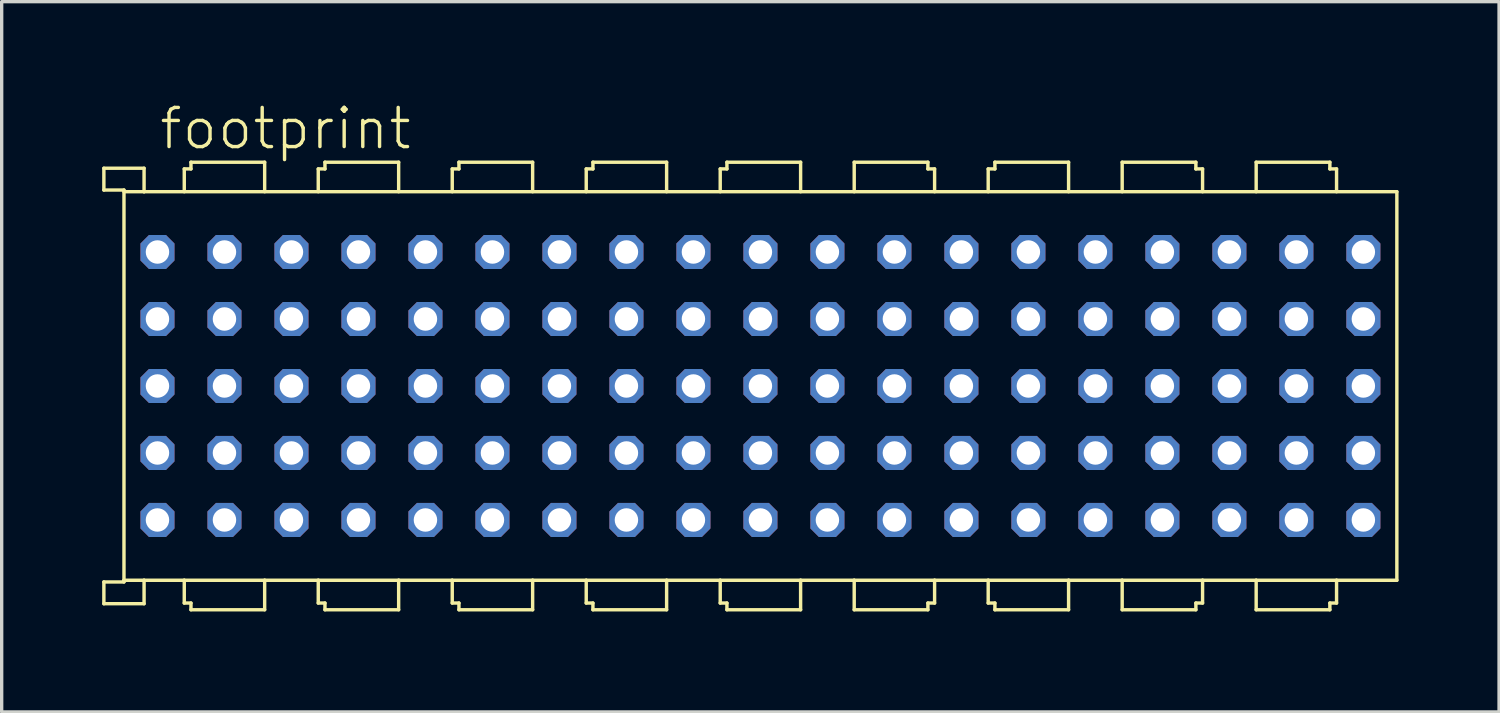
<source format=kicad_pcb>
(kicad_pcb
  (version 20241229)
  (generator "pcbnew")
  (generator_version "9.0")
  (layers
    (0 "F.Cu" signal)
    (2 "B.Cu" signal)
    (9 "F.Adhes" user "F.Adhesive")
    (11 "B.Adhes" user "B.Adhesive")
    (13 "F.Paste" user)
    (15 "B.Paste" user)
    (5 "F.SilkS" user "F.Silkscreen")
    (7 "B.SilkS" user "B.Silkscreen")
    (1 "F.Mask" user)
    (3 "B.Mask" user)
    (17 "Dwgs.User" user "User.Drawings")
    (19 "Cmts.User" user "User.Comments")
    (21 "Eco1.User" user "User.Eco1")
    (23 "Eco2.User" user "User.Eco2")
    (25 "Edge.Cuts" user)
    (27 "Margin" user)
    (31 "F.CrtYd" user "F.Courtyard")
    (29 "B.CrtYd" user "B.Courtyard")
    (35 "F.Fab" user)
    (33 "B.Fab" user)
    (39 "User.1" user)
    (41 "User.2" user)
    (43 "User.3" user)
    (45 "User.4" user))
  (footprint "footprint"
    (layer "F.Cu")
    (at 19.651 8.473)
    (property "Reference" "footprint" (at -18 -7 0) (layer "F.SilkS") (effects (font (size 1.168 1.168) (thickness 0.102)) (justify left bottom)))
    (fp_line (start -19.6 -6.5) (end -19.6 -5.85) (stroke (width 0.102) (type solid)) (layer "F.SilkS"))
    (fp_line (start -19.6 -5.85) (end -19 -5.85) (stroke (width 0.102) (type solid)) (layer "F.SilkS"))
    (fp_line (start -19.6 5.85) (end -19 5.85) (stroke (width 0.102) (type solid)) (layer "F.SilkS"))
    (fp_line (start -19.6 6.5) (end -19.6 5.85) (stroke (width 0.102) (type solid)) (layer "F.SilkS"))
    (fp_line (start -19 -5.85) (end -19 5.8) (stroke (width 0.102) (type solid)) (layer "F.SilkS"))
    (fp_line (start -19 -5.8) (end -18.4 -5.8) (stroke (width 0.102) (type solid)) (layer "F.SilkS"))
    (fp_line (start -19 5.8) (end -18.4 5.8) (stroke (width 0.102) (type solid)) (layer "F.SilkS"))
    (fp_line (start -19 5.85) (end -19 5.8) (stroke (width 0.102) (type solid)) (layer "F.SilkS"))
    (fp_line (start -18.4 -6.5) (end -19.6 -6.5) (stroke (width 0.102) (type solid)) (layer "F.SilkS"))
    (fp_line (start -18.4 -5.8) (end -18.4 -6.5) (stroke (width 0.102) (type solid)) (layer "F.SilkS"))
    (fp_line (start -18.4 -5.8) (end 19 -5.8) (stroke (width 0.102) (type solid)) (layer "F.SilkS"))
    (fp_line (start -18.4 5.8) (end -18.4 6.5) (stroke (width 0.102) (type solid)) (layer "F.SilkS"))
    (fp_line (start -18.4 5.8) (end -17.2 5.8) (stroke (width 0.102) (type solid)) (layer "F.SilkS"))
    (fp_line (start -18.4 6.5) (end -19.6 6.5) (stroke (width 0.102) (type solid)) (layer "F.SilkS"))
    (fp_line (start -17.2 -6.48) (end -17 -6.48) (stroke (width 0.102) (type solid)) (layer "F.SilkS"))
    (fp_line (start -17.2 -5.8) (end -17.2 -6.48) (stroke (width 0.102) (type solid)) (layer "F.SilkS"))
    (fp_line (start -17.2 5.8) (end -17.2 6.48) (stroke (width 0.102) (type solid)) (layer "F.SilkS"))
    (fp_line (start -17.2 6.48) (end -17 6.48) (stroke (width 0.102) (type solid)) (layer "F.SilkS"))
    (fp_line (start -17 -6.68) (end -14.8 -6.68) (stroke (width 0.102) (type solid)) (layer "F.SilkS"))
    (fp_line (start -17 -6.48) (end -17 -6.68) (stroke (width 0.102) (type solid)) (layer "F.SilkS"))
    (fp_line (start -17 6.48) (end -17 6.68) (stroke (width 0.102) (type solid)) (layer "F.SilkS"))
    (fp_line (start -17 6.68) (end -14.8 6.68) (stroke (width 0.102) (type solid)) (layer "F.SilkS"))
    (fp_line (start -14.8 -6.68) (end -14.8 -5.8) (stroke (width 0.102) (type solid)) (layer "F.SilkS"))
    (fp_line (start -14.8 5.8) (end -17.2 5.8) (stroke (width 0.102) (type solid)) (layer "F.SilkS"))
    (fp_line (start -14.8 5.8) (end -13.2 5.8) (stroke (width 0.102) (type solid)) (layer "F.SilkS"))
    (fp_line (start -14.8 6.68) (end -14.8 5.8) (stroke (width 0.102) (type solid)) (layer "F.SilkS"))
    (fp_line (start -13.2 -6.48) (end -13 -6.48) (stroke (width 0.102) (type solid)) (layer "F.SilkS"))
    (fp_line (start -13.2 -5.8) (end -13.2 -6.48) (stroke (width 0.102) (type solid)) (layer "F.SilkS"))
    (fp_line (start -13.2 5.8) (end -13.2 6.48) (stroke (width 0.102) (type solid)) (layer "F.SilkS"))
    (fp_line (start -13.2 6.48) (end -13 6.48) (stroke (width 0.102) (type solid)) (layer "F.SilkS"))
    (fp_line (start -13 -6.68) (end -10.8 -6.68) (stroke (width 0.102) (type solid)) (layer "F.SilkS"))
    (fp_line (start -13 -6.48) (end -13 -6.68) (stroke (width 0.102) (type solid)) (layer "F.SilkS"))
    (fp_line (start -13 6.48) (end -13 6.68) (stroke (width 0.102) (type solid)) (layer "F.SilkS"))
    (fp_line (start -13 6.68) (end -10.8 6.68) (stroke (width 0.102) (type solid)) (layer "F.SilkS"))
    (fp_line (start -10.8 -6.68) (end -10.8 -5.8) (stroke (width 0.102) (type solid)) (layer "F.SilkS"))
    (fp_line (start -10.8 5.8) (end -13.2 5.8) (stroke (width 0.102) (type solid)) (layer "F.SilkS"))
    (fp_line (start -10.8 5.8) (end -9.2 5.8) (stroke (width 0.102) (type solid)) (layer "F.SilkS"))
    (fp_line (start -10.8 6.68) (end -10.8 5.8) (stroke (width 0.102) (type solid)) (layer "F.SilkS"))
    (fp_line (start -9.2 -6.48) (end -9 -6.48) (stroke (width 0.102) (type solid)) (layer "F.SilkS"))
    (fp_line (start -9.2 -5.8) (end -9.2 -6.48) (stroke (width 0.102) (type solid)) (layer "F.SilkS"))
    (fp_line (start -9.2 5.8) (end -9.2 6.48) (stroke (width 0.102) (type solid)) (layer "F.SilkS"))
    (fp_line (start -9.2 6.48) (end -9 6.48) (stroke (width 0.102) (type solid)) (layer "F.SilkS"))
    (fp_line (start -9 -6.68) (end -6.8 -6.68) (stroke (width 0.102) (type solid)) (layer "F.SilkS"))
    (fp_line (start -9 -6.48) (end -9 -6.68) (stroke (width 0.102) (type solid)) (layer "F.SilkS"))
    (fp_line (start -9 6.48) (end -9 6.68) (stroke (width 0.102) (type solid)) (layer "F.SilkS"))
    (fp_line (start -9 6.68) (end -6.8 6.68) (stroke (width 0.102) (type solid)) (layer "F.SilkS"))
    (fp_line (start -6.8 -6.68) (end -6.8 -5.8) (stroke (width 0.102) (type solid)) (layer "F.SilkS"))
    (fp_line (start -6.8 5.8) (end -9.2 5.8) (stroke (width 0.102) (type solid)) (layer "F.SilkS"))
    (fp_line (start -6.8 5.8) (end -5.2 5.8) (stroke (width 0.102) (type solid)) (layer "F.SilkS"))
    (fp_line (start -6.8 6.68) (end -6.8 5.8) (stroke (width 0.102) (type solid)) (layer "F.SilkS"))
    (fp_line (start -5.2 -6.48) (end -5 -6.48) (stroke (width 0.102) (type solid)) (layer "F.SilkS"))
    (fp_line (start -5.2 -5.8) (end -5.2 -6.48) (stroke (width 0.102) (type solid)) (layer "F.SilkS"))
    (fp_line (start -5.2 5.8) (end -5.2 6.48) (stroke (width 0.102) (type solid)) (layer "F.SilkS"))
    (fp_line (start -5.2 6.48) (end -5 6.48) (stroke (width 0.102) (type solid)) (layer "F.SilkS"))
    (fp_line (start -5 -6.68) (end -2.8 -6.68) (stroke (width 0.102) (type solid)) (layer "F.SilkS"))
    (fp_line (start -5 -6.48) (end -5 -6.68) (stroke (width 0.102) (type solid)) (layer "F.SilkS"))
    (fp_line (start -5 6.48) (end -5 6.68) (stroke (width 0.102) (type solid)) (layer "F.SilkS"))
    (fp_line (start -5 6.68) (end -2.8 6.68) (stroke (width 0.102) (type solid)) (layer "F.SilkS"))
    (fp_line (start -2.8 -6.68) (end -2.8 -5.8) (stroke (width 0.102) (type solid)) (layer "F.SilkS"))
    (fp_line (start -2.8 5.8) (end -5.2 5.8) (stroke (width 0.102) (type solid)) (layer "F.SilkS"))
    (fp_line (start -2.8 5.8) (end -1.2 5.8) (stroke (width 0.102) (type solid)) (layer "F.SilkS"))
    (fp_line (start -2.8 6.68) (end -2.8 5.8) (stroke (width 0.102) (type solid)) (layer "F.SilkS"))
    (fp_line (start -1.2 -6.48) (end -1 -6.48) (stroke (width 0.102) (type solid)) (layer "F.SilkS"))
    (fp_line (start -1.2 -5.8) (end -1.2 -6.48) (stroke (width 0.102) (type solid)) (layer "F.SilkS"))
    (fp_line (start -1.2 5.8) (end -1.2 6.48) (stroke (width 0.102) (type solid)) (layer "F.SilkS"))
    (fp_line (start -1.2 6.48) (end -1 6.48) (stroke (width 0.102) (type solid)) (layer "F.SilkS"))
    (fp_line (start -1 -6.68) (end 1.2 -6.68) (stroke (width 0.102) (type solid)) (layer "F.SilkS"))
    (fp_line (start -1 -6.48) (end -1 -6.68) (stroke (width 0.102) (type solid)) (layer "F.SilkS"))
    (fp_line (start -1 6.48) (end -1 6.68) (stroke (width 0.102) (type solid)) (layer "F.SilkS"))
    (fp_line (start -1 6.68) (end 1.2 6.68) (stroke (width 0.102) (type solid)) (layer "F.SilkS"))
    (fp_line (start 1.2 -5.8) (end 1.2 -6.68) (stroke (width 0.102) (type solid)) (layer "F.SilkS"))
    (fp_line (start 1.2 5.8) (end -1.2 5.8) (stroke (width 0.102) (type solid)) (layer "F.SilkS"))
    (fp_line (start 1.2 5.8) (end 1.2 6.68) (stroke (width 0.102) (type solid)) (layer "F.SilkS"))
    (fp_line (start 1.2 5.8) (end 2.8 5.8) (stroke (width 0.102) (type solid)) (layer "F.SilkS"))
    (fp_line (start 2.8 -6.68) (end 2.8 -5.8) (stroke (width 0.102) (type solid)) (layer "F.SilkS"))
    (fp_line (start 2.8 5.8) (end 5.2 5.8) (stroke (width 0.102) (type solid)) (layer "F.SilkS"))
    (fp_line (start 2.8 6.68) (end 2.8 5.8) (stroke (width 0.102) (type solid)) (layer "F.SilkS"))
    (fp_line (start 5 -6.68) (end 2.8 -6.68) (stroke (width 0.102) (type solid)) (layer "F.SilkS"))
    (fp_line (start 5 -6.48) (end 5 -6.68) (stroke (width 0.102) (type solid)) (layer "F.SilkS"))
    (fp_line (start 5 6.48) (end 5 6.68) (stroke (width 0.102) (type solid)) (layer "F.SilkS"))
    (fp_line (start 5 6.68) (end 2.8 6.68) (stroke (width 0.102) (type solid)) (layer "F.SilkS"))
    (fp_line (start 5.2 -6.48) (end 5 -6.48) (stroke (width 0.102) (type solid)) (layer "F.SilkS"))
    (fp_line (start 5.2 -5.8) (end 5.2 -6.48) (stroke (width 0.102) (type solid)) (layer "F.SilkS"))
    (fp_line (start 5.2 5.8) (end 5.2 6.48) (stroke (width 0.102) (type solid)) (layer "F.SilkS"))
    (fp_line (start 5.2 6.48) (end 5 6.48) (stroke (width 0.102) (type solid)) (layer "F.SilkS"))
    (fp_line (start 6.8 -6.48) (end 7 -6.48) (stroke (width 0.102) (type solid)) (layer "F.SilkS"))
    (fp_line (start 6.8 -5.8) (end 6.8 -6.48) (stroke (width 0.102) (type solid)) (layer "F.SilkS"))
    (fp_line (start 6.8 5.8) (end 5.2 5.8) (stroke (width 0.102) (type solid)) (layer "F.SilkS"))
    (fp_line (start 6.8 5.8) (end 6.8 6.48) (stroke (width 0.102) (type solid)) (layer "F.SilkS"))
    (fp_line (start 6.8 6.48) (end 7 6.48) (stroke (width 0.102) (type solid)) (layer "F.SilkS"))
    (fp_line (start 7 -6.68) (end 9.2 -6.68) (stroke (width 0.102) (type solid)) (layer "F.SilkS"))
    (fp_line (start 7 -6.48) (end 7 -6.68) (stroke (width 0.102) (type solid)) (layer "F.SilkS"))
    (fp_line (start 7 6.48) (end 7 6.68) (stroke (width 0.102) (type solid)) (layer "F.SilkS"))
    (fp_line (start 7 6.68) (end 9.2 6.68) (stroke (width 0.102) (type solid)) (layer "F.SilkS"))
    (fp_line (start 9.2 -6.68) (end 9.2 -5.8) (stroke (width 0.102) (type solid)) (layer "F.SilkS"))
    (fp_line (start 9.2 5.8) (end 6.8 5.8) (stroke (width 0.102) (type solid)) (layer "F.SilkS"))
    (fp_line (start 9.2 6.68) (end 9.2 5.8) (stroke (width 0.102) (type solid)) (layer "F.SilkS"))
    (fp_line (start 10.8 -5.8) (end 10.8 -6.68) (stroke (width 0.102) (type solid)) (layer "F.SilkS"))
    (fp_line (start 10.8 5.8) (end 9.2 5.8) (stroke (width 0.102) (type solid)) (layer "F.SilkS"))
    (fp_line (start 10.8 5.8) (end 10.8 6.68) (stroke (width 0.102) (type solid)) (layer "F.SilkS"))
    (fp_line (start 10.8 5.8) (end 13.2 5.8) (stroke (width 0.102) (type solid)) (layer "F.SilkS"))
    (fp_line (start 13 -6.68) (end 10.8 -6.68) (stroke (width 0.102) (type solid)) (layer "F.SilkS"))
    (fp_line (start 13 -6.48) (end 13 -6.68) (stroke (width 0.102) (type solid)) (layer "F.SilkS"))
    (fp_line (start 13 6.48) (end 13 6.68) (stroke (width 0.102) (type solid)) (layer "F.SilkS"))
    (fp_line (start 13 6.68) (end 10.8 6.68) (stroke (width 0.102) (type solid)) (layer "F.SilkS"))
    (fp_line (start 13.2 -6.48) (end 13 -6.48) (stroke (width 0.102) (type solid)) (layer "F.SilkS"))
    (fp_line (start 13.2 -5.8) (end 13.2 -6.48) (stroke (width 0.102) (type solid)) (layer "F.SilkS"))
    (fp_line (start 13.2 5.8) (end 13.2 6.48) (stroke (width 0.102) (type solid)) (layer "F.SilkS"))
    (fp_line (start 13.2 6.48) (end 13 6.48) (stroke (width 0.102) (type solid)) (layer "F.SilkS"))
    (fp_line (start 14.8 -6.68) (end 14.8 -5.8) (stroke (width 0.102) (type solid)) (layer "F.SilkS"))
    (fp_line (start 14.8 5.8) (end 13.2 5.8) (stroke (width 0.102) (type solid)) (layer "F.SilkS"))
    (fp_line (start 14.8 5.8) (end 17.2 5.8) (stroke (width 0.102) (type solid)) (layer "F.SilkS"))
    (fp_line (start 14.8 6.68) (end 14.8 5.8) (stroke (width 0.102) (type solid)) (layer "F.SilkS"))
    (fp_line (start 17 -6.68) (end 14.8 -6.68) (stroke (width 0.102) (type solid)) (layer "F.SilkS"))
    (fp_line (start 17 -6.48) (end 17 -6.68) (stroke (width 0.102) (type solid)) (layer "F.SilkS"))
    (fp_line (start 17 6.48) (end 17 6.68) (stroke (width 0.102) (type solid)) (layer "F.SilkS"))
    (fp_line (start 17 6.68) (end 14.8 6.68) (stroke (width 0.102) (type solid)) (layer "F.SilkS"))
    (fp_line (start 17.2 -6.48) (end 17 -6.48) (stroke (width 0.102) (type solid)) (layer "F.SilkS"))
    (fp_line (start 17.2 -5.8) (end 17.2 -6.48) (stroke (width 0.102) (type solid)) (layer "F.SilkS"))
    (fp_line (start 17.2 5.8) (end 17.2 6.48) (stroke (width 0.102) (type solid)) (layer "F.SilkS"))
    (fp_line (start 17.2 6.48) (end 17 6.48) (stroke (width 0.102) (type solid)) (layer "F.SilkS"))
    (fp_line (start 19 -5.8) (end 19 5.8) (stroke (width 0.102) (type solid)) (layer "F.SilkS"))
    (fp_line (start 19 5.8) (end 17.2 5.8) (stroke (width 0.102) (type solid)) (layer "F.SilkS"))
    (pad "A1" thru_hole roundrect (at 18 4 180) (size 1.016 1.016) (drill 0.7) (layers "*.Cu" "*.Mask") (roundrect_rratio 0.25) (chamfer_ratio 0.25) (chamfer top_left top_right bottom_left bottom_right))
    (pad "A2" thru_hole roundrect (at 16 4 180) (size 1.016 1.016) (drill 0.7) (layers "*.Cu" "*.Mask") (roundrect_rratio 0.25) (chamfer_ratio 0.25) (chamfer top_left top_right bottom_left bottom_right))
    (pad "A3" thru_hole roundrect (at 14 4 180) (size 1.016 1.016) (drill 0.7) (layers "*.Cu" "*.Mask") (roundrect_rratio 0.25) (chamfer_ratio 0.25) (chamfer top_left top_right bottom_left bottom_right))
    (pad "A4" thru_hole roundrect (at 12 4 180) (size 1.016 1.016) (drill 0.7) (layers "*.Cu" "*.Mask") (roundrect_rratio 0.25) (chamfer_ratio 0.25) (chamfer top_left top_right bottom_left bottom_right))
    (pad "A5" thru_hole roundrect (at 10 4 180) (size 1.016 1.016) (drill 0.7) (layers "*.Cu" "*.Mask") (roundrect_rratio 0.25) (chamfer_ratio 0.25) (chamfer top_left top_right bottom_left bottom_right))
    (pad "A6" thru_hole roundrect (at 8 4 180) (size 1.016 1.016) (drill 0.7) (layers "*.Cu" "*.Mask") (roundrect_rratio 0.25) (chamfer_ratio 0.25) (chamfer top_left top_right bottom_left bottom_right))
    (pad "A7" thru_hole roundrect (at 6 4 180) (size 1.016 1.016) (drill 0.7) (layers "*.Cu" "*.Mask") (roundrect_rratio 0.25) (chamfer_ratio 0.25) (chamfer top_left top_right bottom_left bottom_right))
    (pad "A8" thru_hole roundrect (at 4 4 180) (size 1.016 1.016) (drill 0.7) (layers "*.Cu" "*.Mask") (roundrect_rratio 0.25) (chamfer_ratio 0.25) (chamfer top_left top_right bottom_left bottom_right))
    (pad "A9" thru_hole roundrect (at 2 4 180) (size 1.016 1.016) (drill 0.7) (layers "*.Cu" "*.Mask") (roundrect_rratio 0.25) (chamfer_ratio 0.25) (chamfer top_left top_right bottom_left bottom_right))
    (pad "A10" thru_hole roundrect (at 0 4 180) (size 1.016 1.016) (drill 0.7) (layers "*.Cu" "*.Mask") (roundrect_rratio 0.25) (chamfer_ratio 0.25) (chamfer top_left top_right bottom_left bottom_right))
    (pad "A11" thru_hole roundrect (at -2 4 180) (size 1.016 1.016) (drill 0.7) (layers "*.Cu" "*.Mask") (roundrect_rratio 0.25) (chamfer_ratio 0.25) (chamfer top_left top_right bottom_left bottom_right))
    (pad "A12" thru_hole roundrect (at -4 4 180) (size 1.016 1.016) (drill 0.7) (layers "*.Cu" "*.Mask") (roundrect_rratio 0.25) (chamfer_ratio 0.25) (chamfer top_left top_right bottom_left bottom_right))
    (pad "A13" thru_hole roundrect (at -6 4 180) (size 1.016 1.016) (drill 0.7) (layers "*.Cu" "*.Mask") (roundrect_rratio 0.25) (chamfer_ratio 0.25) (chamfer top_left top_right bottom_left bottom_right))
    (pad "A14" thru_hole roundrect (at -8 4 180) (size 1.016 1.016) (drill 0.7) (layers "*.Cu" "*.Mask") (roundrect_rratio 0.25) (chamfer_ratio 0.25) (chamfer top_left top_right bottom_left bottom_right))
    (pad "A15" thru_hole roundrect (at -10 4 180) (size 1.016 1.016) (drill 0.7) (layers "*.Cu" "*.Mask") (roundrect_rratio 0.25) (chamfer_ratio 0.25) (chamfer top_left top_right bottom_left bottom_right))
    (pad "A16" thru_hole roundrect (at -12 4 180) (size 1.016 1.016) (drill 0.7) (layers "*.Cu" "*.Mask") (roundrect_rratio 0.25) (chamfer_ratio 0.25) (chamfer top_left top_right bottom_left bottom_right))
    (pad "A17" thru_hole roundrect (at -14 4 180) (size 1.016 1.016) (drill 0.7) (layers "*.Cu" "*.Mask") (roundrect_rratio 0.25) (chamfer_ratio 0.25) (chamfer top_left top_right bottom_left bottom_right))
    (pad "A18" thru_hole roundrect (at -16 4 180) (size 1.016 1.016) (drill 0.7) (layers "*.Cu" "*.Mask") (roundrect_rratio 0.25) (chamfer_ratio 0.25) (chamfer top_left top_right bottom_left bottom_right))
    (pad "A19" thru_hole roundrect (at -18 4 180) (size 1.016 1.016) (drill 0.7) (layers "*.Cu" "*.Mask") (roundrect_rratio 0.25) (chamfer_ratio 0.25) (chamfer top_left top_right bottom_left bottom_right))
    (pad "B1" thru_hole roundrect (at 18 2 180) (size 1.016 1.016) (drill 0.7) (layers "*.Cu" "*.Mask") (roundrect_rratio 0.25) (chamfer_ratio 0.25) (chamfer top_left top_right bottom_left bottom_right))
    (pad "B2" thru_hole roundrect (at 16 2 180) (size 1.016 1.016) (drill 0.7) (layers "*.Cu" "*.Mask") (roundrect_rratio 0.25) (chamfer_ratio 0.25) (chamfer top_left top_right bottom_left bottom_right))
    (pad "B3" thru_hole roundrect (at 14 2 180) (size 1.016 1.016) (drill 0.7) (layers "*.Cu" "*.Mask") (roundrect_rratio 0.25) (chamfer_ratio 0.25) (chamfer top_left top_right bottom_left bottom_right))
    (pad "B4" thru_hole roundrect (at 12 2 180) (size 1.016 1.016) (drill 0.7) (layers "*.Cu" "*.Mask") (roundrect_rratio 0.25) (chamfer_ratio 0.25) (chamfer top_left top_right bottom_left bottom_right))
    (pad "B5" thru_hole roundrect (at 10 2 180) (size 1.016 1.016) (drill 0.7) (layers "*.Cu" "*.Mask") (roundrect_rratio 0.25) (chamfer_ratio 0.25) (chamfer top_left top_right bottom_left bottom_right))
    (pad "B6" thru_hole roundrect (at 8 2 180) (size 1.016 1.016) (drill 0.7) (layers "*.Cu" "*.Mask") (roundrect_rratio 0.25) (chamfer_ratio 0.25) (chamfer top_left top_right bottom_left bottom_right))
    (pad "B7" thru_hole roundrect (at 6 2 180) (size 1.016 1.016) (drill 0.7) (layers "*.Cu" "*.Mask") (roundrect_rratio 0.25) (chamfer_ratio 0.25) (chamfer top_left top_right bottom_left bottom_right))
    (pad "B8" thru_hole roundrect (at 4 2 180) (size 1.016 1.016) (drill 0.7) (layers "*.Cu" "*.Mask") (roundrect_rratio 0.25) (chamfer_ratio 0.25) (chamfer top_left top_right bottom_left bottom_right))
    (pad "B9" thru_hole roundrect (at 2 2 180) (size 1.016 1.016) (drill 0.7) (layers "*.Cu" "*.Mask") (roundrect_rratio 0.25) (chamfer_ratio 0.25) (chamfer top_left top_right bottom_left bottom_right))
    (pad "B10" thru_hole roundrect (at 0 2 180) (size 1.016 1.016) (drill 0.7) (layers "*.Cu" "*.Mask") (roundrect_rratio 0.25) (chamfer_ratio 0.25) (chamfer top_left top_right bottom_left bottom_right))
    (pad "B11" thru_hole roundrect (at -2 2 180) (size 1.016 1.016) (drill 0.7) (layers "*.Cu" "*.Mask") (roundrect_rratio 0.25) (chamfer_ratio 0.25) (chamfer top_left top_right bottom_left bottom_right))
    (pad "B12" thru_hole roundrect (at -4 2 180) (size 1.016 1.016) (drill 0.7) (layers "*.Cu" "*.Mask") (roundrect_rratio 0.25) (chamfer_ratio 0.25) (chamfer top_left top_right bottom_left bottom_right))
    (pad "B13" thru_hole roundrect (at -6 2 180) (size 1.016 1.016) (drill 0.7) (layers "*.Cu" "*.Mask") (roundrect_rratio 0.25) (chamfer_ratio 0.25) (chamfer top_left top_right bottom_left bottom_right))
    (pad "B14" thru_hole roundrect (at -8 2 180) (size 1.016 1.016) (drill 0.7) (layers "*.Cu" "*.Mask") (roundrect_rratio 0.25) (chamfer_ratio 0.25) (chamfer top_left top_right bottom_left bottom_right))
    (pad "B15" thru_hole roundrect (at -10 2 180) (size 1.016 1.016) (drill 0.7) (layers "*.Cu" "*.Mask") (roundrect_rratio 0.25) (chamfer_ratio 0.25) (chamfer top_left top_right bottom_left bottom_right))
    (pad "B16" thru_hole roundrect (at -12 2 180) (size 1.016 1.016) (drill 0.7) (layers "*.Cu" "*.Mask") (roundrect_rratio 0.25) (chamfer_ratio 0.25) (chamfer top_left top_right bottom_left bottom_right))
    (pad "B17" thru_hole roundrect (at -14 2 180) (size 1.016 1.016) (drill 0.7) (layers "*.Cu" "*.Mask") (roundrect_rratio 0.25) (chamfer_ratio 0.25) (chamfer top_left top_right bottom_left bottom_right))
    (pad "B18" thru_hole roundrect (at -16 2 180) (size 1.016 1.016) (drill 0.7) (layers "*.Cu" "*.Mask") (roundrect_rratio 0.25) (chamfer_ratio 0.25) (chamfer top_left top_right bottom_left bottom_right))
    (pad "B19" thru_hole roundrect (at -18 2 180) (size 1.016 1.016) (drill 0.7) (layers "*.Cu" "*.Mask") (roundrect_rratio 0.25) (chamfer_ratio 0.25) (chamfer top_left top_right bottom_left bottom_right))
    (pad "C1" thru_hole roundrect (at 18 0 180) (size 1.016 1.016) (drill 0.7) (layers "*.Cu" "*.Mask") (roundrect_rratio 0.25) (chamfer_ratio 0.25) (chamfer top_left top_right bottom_left bottom_right))
    (pad "C2" thru_hole roundrect (at 16 0 180) (size 1.016 1.016) (drill 0.7) (layers "*.Cu" "*.Mask") (roundrect_rratio 0.25) (chamfer_ratio 0.25) (chamfer top_left top_right bottom_left bottom_right))
    (pad "C3" thru_hole roundrect (at 14 0 180) (size 1.016 1.016) (drill 0.7) (layers "*.Cu" "*.Mask") (roundrect_rratio 0.25) (chamfer_ratio 0.25) (chamfer top_left top_right bottom_left bottom_right))
    (pad "C4" thru_hole roundrect (at 12 0 180) (size 1.016 1.016) (drill 0.7) (layers "*.Cu" "*.Mask") (roundrect_rratio 0.25) (chamfer_ratio 0.25) (chamfer top_left top_right bottom_left bottom_right))
    (pad "C5" thru_hole roundrect (at 10 0 180) (size 1.016 1.016) (drill 0.7) (layers "*.Cu" "*.Mask") (roundrect_rratio 0.25) (chamfer_ratio 0.25) (chamfer top_left top_right bottom_left bottom_right))
    (pad "C6" thru_hole roundrect (at 8 0 180) (size 1.016 1.016) (drill 0.7) (layers "*.Cu" "*.Mask") (roundrect_rratio 0.25) (chamfer_ratio 0.25) (chamfer top_left top_right bottom_left bottom_right))
    (pad "C7" thru_hole roundrect (at 6 0 180) (size 1.016 1.016) (drill 0.7) (layers "*.Cu" "*.Mask") (roundrect_rratio 0.25) (chamfer_ratio 0.25) (chamfer top_left top_right bottom_left bottom_right))
    (pad "C8" thru_hole roundrect (at 4 0 180) (size 1.016 1.016) (drill 0.7) (layers "*.Cu" "*.Mask") (roundrect_rratio 0.25) (chamfer_ratio 0.25) (chamfer top_left top_right bottom_left bottom_right))
    (pad "C9" thru_hole roundrect (at 2 0 180) (size 1.016 1.016) (drill 0.7) (layers "*.Cu" "*.Mask") (roundrect_rratio 0.25) (chamfer_ratio 0.25) (chamfer top_left top_right bottom_left bottom_right))
    (pad "C10" thru_hole roundrect (at 0 0 180) (size 1.016 1.016) (drill 0.7) (layers "*.Cu" "*.Mask") (roundrect_rratio 0.25) (chamfer_ratio 0.25) (chamfer top_left top_right bottom_left bottom_right))
    (pad "C11" thru_hole roundrect (at -2 0 180) (size 1.016 1.016) (drill 0.7) (layers "*.Cu" "*.Mask") (roundrect_rratio 0.25) (chamfer_ratio 0.25) (chamfer top_left top_right bottom_left bottom_right))
    (pad "C12" thru_hole roundrect (at -4 0 180) (size 1.016 1.016) (drill 0.7) (layers "*.Cu" "*.Mask") (roundrect_rratio 0.25) (chamfer_ratio 0.25) (chamfer top_left top_right bottom_left bottom_right))
    (pad "C13" thru_hole roundrect (at -6 0 180) (size 1.016 1.016) (drill 0.7) (layers "*.Cu" "*.Mask") (roundrect_rratio 0.25) (chamfer_ratio 0.25) (chamfer top_left top_right bottom_left bottom_right))
    (pad "C14" thru_hole roundrect (at -8 0 180) (size 1.016 1.016) (drill 0.7) (layers "*.Cu" "*.Mask") (roundrect_rratio 0.25) (chamfer_ratio 0.25) (chamfer top_left top_right bottom_left bottom_right))
    (pad "C15" thru_hole roundrect (at -10 0 180) (size 1.016 1.016) (drill 0.7) (layers "*.Cu" "*.Mask") (roundrect_rratio 0.25) (chamfer_ratio 0.25) (chamfer top_left top_right bottom_left bottom_right))
    (pad "C16" thru_hole roundrect (at -12 0 180) (size 1.016 1.016) (drill 0.7) (layers "*.Cu" "*.Mask") (roundrect_rratio 0.25) (chamfer_ratio 0.25) (chamfer top_left top_right bottom_left bottom_right))
    (pad "C17" thru_hole roundrect (at -14 0 180) (size 1.016 1.016) (drill 0.7) (layers "*.Cu" "*.Mask") (roundrect_rratio 0.25) (chamfer_ratio 0.25) (chamfer top_left top_right bottom_left bottom_right))
    (pad "C18" thru_hole roundrect (at -16 0 180) (size 1.016 1.016) (drill 0.7) (layers "*.Cu" "*.Mask") (roundrect_rratio 0.25) (chamfer_ratio 0.25) (chamfer top_left top_right bottom_left bottom_right))
    (pad "C19" thru_hole roundrect (at -18 0 180) (size 1.016 1.016) (drill 0.7) (layers "*.Cu" "*.Mask") (roundrect_rratio 0.25) (chamfer_ratio 0.25) (chamfer top_left top_right bottom_left bottom_right))
    (pad "D1" thru_hole roundrect (at 18 -2 180) (size 1.016 1.016) (drill 0.7) (layers "*.Cu" "*.Mask") (roundrect_rratio 0.25) (chamfer_ratio 0.25) (chamfer top_left top_right bottom_left bottom_right))
    (pad "D2" thru_hole roundrect (at 16 -2 180) (size 1.016 1.016) (drill 0.7) (layers "*.Cu" "*.Mask") (roundrect_rratio 0.25) (chamfer_ratio 0.25) (chamfer top_left top_right bottom_left bottom_right))
    (pad "D3" thru_hole roundrect (at 14 -2 180) (size 1.016 1.016) (drill 0.7) (layers "*.Cu" "*.Mask") (roundrect_rratio 0.25) (chamfer_ratio 0.25) (chamfer top_left top_right bottom_left bottom_right))
    (pad "D4" thru_hole roundrect (at 12 -2 180) (size 1.016 1.016) (drill 0.7) (layers "*.Cu" "*.Mask") (roundrect_rratio 0.25) (chamfer_ratio 0.25) (chamfer top_left top_right bottom_left bottom_right))
    (pad "D5" thru_hole roundrect (at 10 -2 180) (size 1.016 1.016) (drill 0.7) (layers "*.Cu" "*.Mask") (roundrect_rratio 0.25) (chamfer_ratio 0.25) (chamfer top_left top_right bottom_left bottom_right))
    (pad "D6" thru_hole roundrect (at 8 -2 180) (size 1.016 1.016) (drill 0.7) (layers "*.Cu" "*.Mask") (roundrect_rratio 0.25) (chamfer_ratio 0.25) (chamfer top_left top_right bottom_left bottom_right))
    (pad "D7" thru_hole roundrect (at 6 -2 180) (size 1.016 1.016) (drill 0.7) (layers "*.Cu" "*.Mask") (roundrect_rratio 0.25) (chamfer_ratio 0.25) (chamfer top_left top_right bottom_left bottom_right))
    (pad "D8" thru_hole roundrect (at 4 -2 180) (size 1.016 1.016) (drill 0.7) (layers "*.Cu" "*.Mask") (roundrect_rratio 0.25) (chamfer_ratio 0.25) (chamfer top_left top_right bottom_left bottom_right))
    (pad "D9" thru_hole roundrect (at 2 -2 180) (size 1.016 1.016) (drill 0.7) (layers "*.Cu" "*.Mask") (roundrect_rratio 0.25) (chamfer_ratio 0.25) (chamfer top_left top_right bottom_left bottom_right))
    (pad "D10" thru_hole roundrect (at 0 -2 180) (size 1.016 1.016) (drill 0.7) (layers "*.Cu" "*.Mask") (roundrect_rratio 0.25) (chamfer_ratio 0.25) (chamfer top_left top_right bottom_left bottom_right))
    (pad "D11" thru_hole roundrect (at -2 -2 180) (size 1.016 1.016) (drill 0.7) (layers "*.Cu" "*.Mask") (roundrect_rratio 0.25) (chamfer_ratio 0.25) (chamfer top_left top_right bottom_left bottom_right))
    (pad "D12" thru_hole roundrect (at -4 -2 180) (size 1.016 1.016) (drill 0.7) (layers "*.Cu" "*.Mask") (roundrect_rratio 0.25) (chamfer_ratio 0.25) (chamfer top_left top_right bottom_left bottom_right))
    (pad "D13" thru_hole roundrect (at -6 -2 180) (size 1.016 1.016) (drill 0.7) (layers "*.Cu" "*.Mask") (roundrect_rratio 0.25) (chamfer_ratio 0.25) (chamfer top_left top_right bottom_left bottom_right))
    (pad "D14" thru_hole roundrect (at -8 -2 180) (size 1.016 1.016) (drill 0.7) (layers "*.Cu" "*.Mask") (roundrect_rratio 0.25) (chamfer_ratio 0.25) (chamfer top_left top_right bottom_left bottom_right))
    (pad "D15" thru_hole roundrect (at -10 -2 180) (size 1.016 1.016) (drill 0.7) (layers "*.Cu" "*.Mask") (roundrect_rratio 0.25) (chamfer_ratio 0.25) (chamfer top_left top_right bottom_left bottom_right))
    (pad "D16" thru_hole roundrect (at -12 -2 180) (size 1.016 1.016) (drill 0.7) (layers "*.Cu" "*.Mask") (roundrect_rratio 0.25) (chamfer_ratio 0.25) (chamfer top_left top_right bottom_left bottom_right))
    (pad "D17" thru_hole roundrect (at -14 -2 180) (size 1.016 1.016) (drill 0.7) (layers "*.Cu" "*.Mask") (roundrect_rratio 0.25) (chamfer_ratio 0.25) (chamfer top_left top_right bottom_left bottom_right))
    (pad "D18" thru_hole roundrect (at -16 -2 180) (size 1.016 1.016) (drill 0.7) (layers "*.Cu" "*.Mask") (roundrect_rratio 0.25) (chamfer_ratio 0.25) (chamfer top_left top_right bottom_left bottom_right))
    (pad "D19" thru_hole roundrect (at -18 -2 180) (size 1.016 1.016) (drill 0.7) (layers "*.Cu" "*.Mask") (roundrect_rratio 0.25) (chamfer_ratio 0.25) (chamfer top_left top_right bottom_left bottom_right))
    (pad "E1" thru_hole roundrect (at 18 -4 180) (size 1.016 1.016) (drill 0.7) (layers "*.Cu" "*.Mask") (roundrect_rratio 0.25) (chamfer_ratio 0.25) (chamfer top_left top_right bottom_left bottom_right))
    (pad "E2" thru_hole roundrect (at 16 -4 180) (size 1.016 1.016) (drill 0.7) (layers "*.Cu" "*.Mask") (roundrect_rratio 0.25) (chamfer_ratio 0.25) (chamfer top_left top_right bottom_left bottom_right))
    (pad "E3" thru_hole roundrect (at 14 -4 180) (size 1.016 1.016) (drill 0.7) (layers "*.Cu" "*.Mask") (roundrect_rratio 0.25) (chamfer_ratio 0.25) (chamfer top_left top_right bottom_left bottom_right))
    (pad "E4" thru_hole roundrect (at 12 -4 180) (size 1.016 1.016) (drill 0.7) (layers "*.Cu" "*.Mask") (roundrect_rratio 0.25) (chamfer_ratio 0.25) (chamfer top_left top_right bottom_left bottom_right))
    (pad "E5" thru_hole roundrect (at 10 -4 180) (size 1.016 1.016) (drill 0.7) (layers "*.Cu" "*.Mask") (roundrect_rratio 0.25) (chamfer_ratio 0.25) (chamfer top_left top_right bottom_left bottom_right))
    (pad "E6" thru_hole roundrect (at 8 -4 180) (size 1.016 1.016) (drill 0.7) (layers "*.Cu" "*.Mask") (roundrect_rratio 0.25) (chamfer_ratio 0.25) (chamfer top_left top_right bottom_left bottom_right))
    (pad "E7" thru_hole roundrect (at 6 -4 180) (size 1.016 1.016) (drill 0.7) (layers "*.Cu" "*.Mask") (roundrect_rratio 0.25) (chamfer_ratio 0.25) (chamfer top_left top_right bottom_left bottom_right))
    (pad "E8" thru_hole roundrect (at 4 -4 180) (size 1.016 1.016) (drill 0.7) (layers "*.Cu" "*.Mask") (roundrect_rratio 0.25) (chamfer_ratio 0.25) (chamfer top_left top_right bottom_left bottom_right))
    (pad "E9" thru_hole roundrect (at 2 -4 180) (size 1.016 1.016) (drill 0.7) (layers "*.Cu" "*.Mask") (roundrect_rratio 0.25) (chamfer_ratio 0.25) (chamfer top_left top_right bottom_left bottom_right))
    (pad "E10" thru_hole roundrect (at 0 -4 180) (size 1.016 1.016) (drill 0.7) (layers "*.Cu" "*.Mask") (roundrect_rratio 0.25) (chamfer_ratio 0.25) (chamfer top_left top_right bottom_left bottom_right))
    (pad "E11" thru_hole roundrect (at -2 -4 180) (size 1.016 1.016) (drill 0.7) (layers "*.Cu" "*.Mask") (roundrect_rratio 0.25) (chamfer_ratio 0.25) (chamfer top_left top_right bottom_left bottom_right))
    (pad "E12" thru_hole roundrect (at -4 -4 180) (size 1.016 1.016) (drill 0.7) (layers "*.Cu" "*.Mask") (roundrect_rratio 0.25) (chamfer_ratio 0.25) (chamfer top_left top_right bottom_left bottom_right))
    (pad "E13" thru_hole roundrect (at -6 -4 180) (size 1.016 1.016) (drill 0.7) (layers "*.Cu" "*.Mask") (roundrect_rratio 0.25) (chamfer_ratio 0.25) (chamfer top_left top_right bottom_left bottom_right))
    (pad "E14" thru_hole roundrect (at -8 -4 180) (size 1.016 1.016) (drill 0.7) (layers "*.Cu" "*.Mask") (roundrect_rratio 0.25) (chamfer_ratio 0.25) (chamfer top_left top_right bottom_left bottom_right))
    (pad "E15" thru_hole roundrect (at -10 -4 180) (size 1.016 1.016) (drill 0.7) (layers "*.Cu" "*.Mask") (roundrect_rratio 0.25) (chamfer_ratio 0.25) (chamfer top_left top_right bottom_left bottom_right))
    (pad "E16" thru_hole roundrect (at -12 -4 180) (size 1.016 1.016) (drill 0.7) (layers "*.Cu" "*.Mask") (roundrect_rratio 0.25) (chamfer_ratio 0.25) (chamfer top_left top_right bottom_left bottom_right))
    (pad "E17" thru_hole roundrect (at -14 -4 180) (size 1.016 1.016) (drill 0.7) (layers "*.Cu" "*.Mask") (roundrect_rratio 0.25) (chamfer_ratio 0.25) (chamfer top_left top_right bottom_left bottom_right))
    (pad "E18" thru_hole roundrect (at -16 -4 180) (size 1.016 1.016) (drill 0.7) (layers "*.Cu" "*.Mask") (roundrect_rratio 0.25) (chamfer_ratio 0.25) (chamfer top_left top_right bottom_left bottom_right))
    (pad "E19" thru_hole roundrect (at -18 -4 180) (size 1.016 1.016) (drill 0.7) (layers "*.Cu" "*.Mask") (roundrect_rratio 0.25) (chamfer_ratio 0.25) (chamfer top_left top_right bottom_left bottom_right)))
  (gr_rect
    (start -3 -3)
    (end 41.702 18.204)
    (stroke (width 0.1) (type default))
    (fill no)
    (layer "Edge.Cuts")))
</source>
